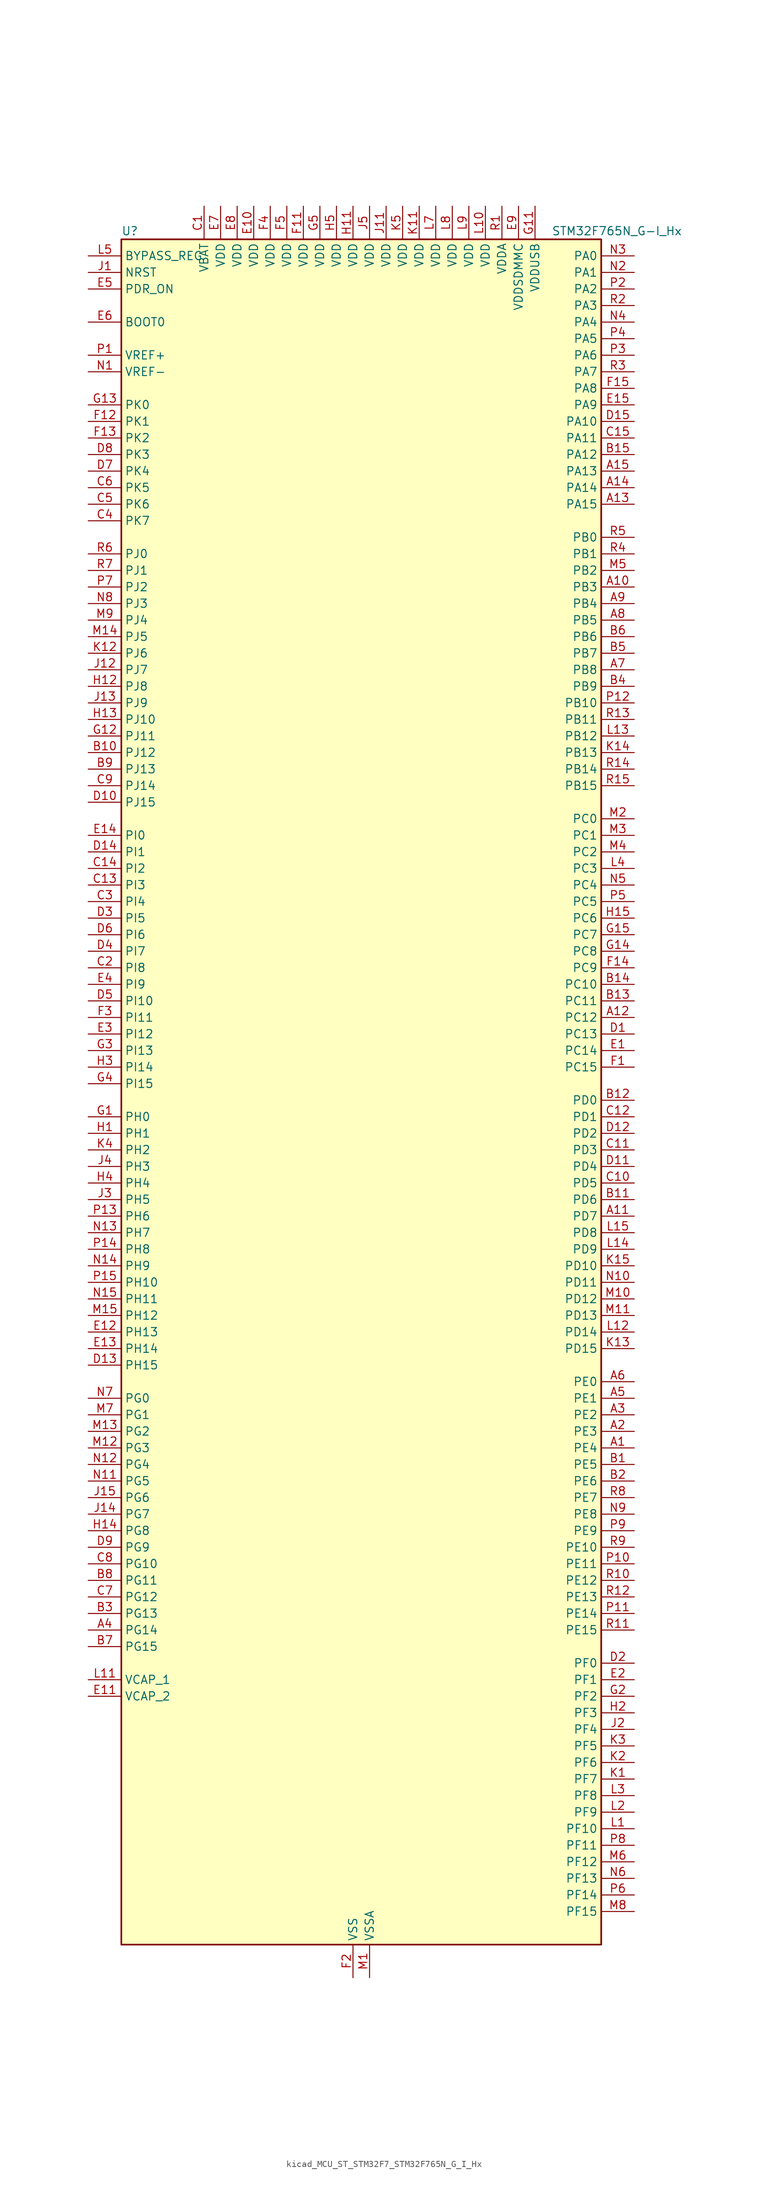
<source format=kicad_sym>
(kicad_symbol_lib
  (version 20220914)
  (generator kicad_symbol_editor)
  (symbol "kicad_MCU_ST_STM32F7_STM32F765N_G_I_Hx"
    (property "Reference" "U"
      (at -35.56 133.35 0)
      (effects (font (size 1.27 1.27)) (justify left)))
    (property "Value" "STM32F765N_G-I_Hx"
      (at 30.48 133.35 0)
      (effects (font (size 1.27 1.27)) (justify left)))
    (property "ki_locked" ""
      (at 0 0 0)
      (effects (font (size 1.27 1.27))))
    (symbol "kicad_MCU_ST_STM32F7_STM32F765N_G_I_Hx_0_1"
      (rectangle (start -35.56 -129.54) (end 38.1 132.08) (stroke (width 0.254) (type default)) (fill (type background))))
    (symbol "kicad_MCU_ST_STM32F7_STM32F765N_G_I_Hx_1_1"
      (pin bidirectional line (at 43.18 -53.34 180) (length 5.08) (name "PE4" (effects (font (size 1.27 1.27)))) (number "A1" (effects (font (size 1.27 1.27)))) (alternate "DCMI_D4" bidirectional line) (alternate "DFSDM1_DATIN3" bidirectional line) (alternate "FMC_A20" bidirectional line) (alternate "SAI1_FS_A" bidirectional line) (alternate "SPI4_NSS" bidirectional line) (alternate "SYS_TRACED1" bidirectional line))
      (pin bidirectional line (at 43.18 78.74 180) (length 5.08) (name "PB3" (effects (font (size 1.27 1.27)))) (number "A10" (effects (font (size 1.27 1.27)))) (alternate "CAN3_RX" bidirectional line) (alternate "I2S1_CK" bidirectional line) (alternate "I2S3_CK" bidirectional line) (alternate "SDMMC2_D2" bidirectional line) (alternate "SPI1_SCK" bidirectional line) (alternate "SPI3_SCK" bidirectional line) (alternate "SPI6_SCK" bidirectional line) (alternate "SYS_JTDO-SWO" bidirectional line) (alternate "TIM2_CH2" bidirectional line) (alternate "UART7_RX" bidirectional line))
      (pin bidirectional line (at 43.18 -17.78 180) (length 5.08) (name "PD7" (effects (font (size 1.27 1.27)))) (number "A11" (effects (font (size 1.27 1.27)))) (alternate "DFSDM1_CKIN1" bidirectional line) (alternate "DFSDM1_DATIN4" bidirectional line) (alternate "FMC_NE1" bidirectional line) (alternate "I2S1_SD" bidirectional line) (alternate "SDMMC2_CMD" bidirectional line) (alternate "SPDIFRX_IN0" bidirectional line) (alternate "SPI1_MOSI" bidirectional line) (alternate "USART2_CK" bidirectional line))
      (pin bidirectional line (at 43.18 12.7 180) (length 5.08) (name "PC12" (effects (font (size 1.27 1.27)))) (number "A12" (effects (font (size 1.27 1.27)))) (alternate "DCMI_D9" bidirectional line) (alternate "I2S3_SD" bidirectional line) (alternate "SDMMC1_CK" bidirectional line) (alternate "SPI3_MOSI" bidirectional line) (alternate "SYS_TRACED3" bidirectional line) (alternate "UART5_TX" bidirectional line) (alternate "USART3_CK" bidirectional line))
      (pin bidirectional line (at 43.18 91.44 180) (length 5.08) (name "PA15" (effects (font (size 1.27 1.27)))) (number "A13" (effects (font (size 1.27 1.27)))) (alternate "CAN3_TX" bidirectional line) (alternate "CEC" bidirectional line) (alternate "I2S1_WS" bidirectional line) (alternate "I2S3_WS" bidirectional line) (alternate "SPI1_NSS" bidirectional line) (alternate "SPI3_NSS" bidirectional line) (alternate "SPI6_NSS" bidirectional line) (alternate "SYS_JTDI" bidirectional line) (alternate "TIM2_CH1" bidirectional line) (alternate "TIM2_ETR" bidirectional line) (alternate "UART4_DE" bidirectional line) (alternate "UART4_RTS" bidirectional line) (alternate "UART7_TX" bidirectional line))
      (pin bidirectional line (at 43.18 93.98 180) (length 5.08) (name "PA14" (effects (font (size 1.27 1.27)))) (number "A14" (effects (font (size 1.27 1.27)))) (alternate "SYS_JTCK-SWCLK" bidirectional line))
      (pin bidirectional line (at 43.18 96.52 180) (length 5.08) (name "PA13" (effects (font (size 1.27 1.27)))) (number "A15" (effects (font (size 1.27 1.27)))) (alternate "SYS_JTMS-SWDIO" bidirectional line))
      (pin bidirectional line (at 43.18 -50.8 180) (length 5.08) (name "PE3" (effects (font (size 1.27 1.27)))) (number "A2" (effects (font (size 1.27 1.27)))) (alternate "FMC_A19" bidirectional line) (alternate "SAI1_SD_B" bidirectional line) (alternate "SYS_TRACED0" bidirectional line))
      (pin bidirectional line (at 43.18 -48.26 180) (length 5.08) (name "PE2" (effects (font (size 1.27 1.27)))) (number "A3" (effects (font (size 1.27 1.27)))) (alternate "ETH_TXD3" bidirectional line) (alternate "FMC_A23" bidirectional line) (alternate "QUADSPI_BK1_IO2" bidirectional line) (alternate "SAI1_MCLK_A" bidirectional line) (alternate "SPI4_SCK" bidirectional line) (alternate "SYS_TRACECLK" bidirectional line))
      (pin bidirectional line (at -40.64 -81.28 0) (length 5.08) (name "PG14" (effects (font (size 1.27 1.27)))) (number "A4" (effects (font (size 1.27 1.27)))) (alternate "ETH_TXD1" bidirectional line) (alternate "FMC_A25" bidirectional line) (alternate "LPTIM1_ETR" bidirectional line) (alternate "QUADSPI_BK2_IO3" bidirectional line) (alternate "SPI6_MOSI" bidirectional line) (alternate "SYS_TRACED1" bidirectional line) (alternate "USART6_TX" bidirectional line))
      (pin bidirectional line (at 43.18 -45.72 180) (length 5.08) (name "PE1" (effects (font (size 1.27 1.27)))) (number "A5" (effects (font (size 1.27 1.27)))) (alternate "DCMI_D3" bidirectional line) (alternate "FMC_NBL1" bidirectional line) (alternate "LPTIM1_IN2" bidirectional line) (alternate "UART8_TX" bidirectional line))
      (pin bidirectional line (at 43.18 -43.18 180) (length 5.08) (name "PE0" (effects (font (size 1.27 1.27)))) (number "A6" (effects (font (size 1.27 1.27)))) (alternate "DCMI_D2" bidirectional line) (alternate "FMC_NBL0" bidirectional line) (alternate "LPTIM1_ETR" bidirectional line) (alternate "SAI2_MCLK_A" bidirectional line) (alternate "TIM4_ETR" bidirectional line) (alternate "UART8_RX" bidirectional line))
      (pin bidirectional line (at 43.18 66.04 180) (length 5.08) (name "PB8" (effects (font (size 1.27 1.27)))) (number "A7" (effects (font (size 1.27 1.27)))) (alternate "CAN1_RX" bidirectional line) (alternate "DCMI_D6" bidirectional line) (alternate "DFSDM1_CKIN7" bidirectional line) (alternate "ETH_TXD3" bidirectional line) (alternate "I2C1_SCL" bidirectional line) (alternate "I2C4_SCL" bidirectional line) (alternate "SDMMC1_D4" bidirectional line) (alternate "SDMMC2_D4" bidirectional line) (alternate "TIM10_CH1" bidirectional line) (alternate "TIM4_CH3" bidirectional line) (alternate "UART5_RX" bidirectional line))
      (pin bidirectional line (at 43.18 73.66 180) (length 5.08) (name "PB5" (effects (font (size 1.27 1.27)))) (number "A8" (effects (font (size 1.27 1.27)))) (alternate "CAN2_RX" bidirectional line) (alternate "DCMI_D10" bidirectional line) (alternate "ETH_PPS_OUT" bidirectional line) (alternate "FMC_SDCKE1" bidirectional line) (alternate "I2C1_SMBA" bidirectional line) (alternate "I2S1_SD" bidirectional line) (alternate "I2S3_SD" bidirectional line) (alternate "SPI1_MOSI" bidirectional line) (alternate "SPI3_MOSI" bidirectional line) (alternate "SPI6_MOSI" bidirectional line) (alternate "TIM3_CH2" bidirectional line) (alternate "UART5_RX" bidirectional line) (alternate "USB_OTG_HS_ULPI_D7" bidirectional line))
      (pin bidirectional line (at 43.18 76.2 180) (length 5.08) (name "PB4" (effects (font (size 1.27 1.27)))) (number "A9" (effects (font (size 1.27 1.27)))) (alternate "CAN3_TX" bidirectional line) (alternate "I2S2_WS" bidirectional line) (alternate "SDMMC2_D3" bidirectional line) (alternate "SPI1_MISO" bidirectional line) (alternate "SPI2_NSS" bidirectional line) (alternate "SPI3_MISO" bidirectional line) (alternate "SPI6_MISO" bidirectional line) (alternate "SYS_JTRST" bidirectional line) (alternate "TIM3_CH1" bidirectional line) (alternate "UART7_TX" bidirectional line))
      (pin bidirectional line (at 43.18 -55.88 180) (length 5.08) (name "PE5" (effects (font (size 1.27 1.27)))) (number "B1" (effects (font (size 1.27 1.27)))) (alternate "DCMI_D6" bidirectional line) (alternate "DFSDM1_CKIN3" bidirectional line) (alternate "FMC_A21" bidirectional line) (alternate "SAI1_SCK_A" bidirectional line) (alternate "SPI4_MISO" bidirectional line) (alternate "SYS_TRACED2" bidirectional line) (alternate "TIM9_CH1" bidirectional line))
      (pin bidirectional line (at -40.64 53.34 0) (length 5.08) (name "PJ12" (effects (font (size 1.27 1.27)))) (number "B10" (effects (font (size 1.27 1.27)))))
      (pin bidirectional line (at 43.18 -15.24 180) (length 5.08) (name "PD6" (effects (font (size 1.27 1.27)))) (number "B11" (effects (font (size 1.27 1.27)))) (alternate "DCMI_D10" bidirectional line) (alternate "DFSDM1_CKIN4" bidirectional line) (alternate "DFSDM1_DATIN1" bidirectional line) (alternate "FMC_NWAIT" bidirectional line) (alternate "I2S3_SD" bidirectional line) (alternate "SAI1_SD_A" bidirectional line) (alternate "SDMMC2_CK" bidirectional line) (alternate "SPI3_MOSI" bidirectional line) (alternate "USART2_RX" bidirectional line))
      (pin bidirectional line (at 43.18 0 180) (length 5.08) (name "PD0" (effects (font (size 1.27 1.27)))) (number "B12" (effects (font (size 1.27 1.27)))) (alternate "CAN1_RX" bidirectional line) (alternate "DFSDM1_CKIN6" bidirectional line) (alternate "DFSDM1_DATIN7" bidirectional line) (alternate "FMC_D2" bidirectional line) (alternate "FMC_DA2" bidirectional line) (alternate "UART4_RX" bidirectional line))
      (pin bidirectional line (at 43.18 15.24 180) (length 5.08) (name "PC11" (effects (font (size 1.27 1.27)))) (number "B13" (effects (font (size 1.27 1.27)))) (alternate "ADC1_EXTI11" bidirectional line) (alternate "ADC2_EXTI11" bidirectional line) (alternate "ADC3_EXTI11" bidirectional line) (alternate "DCMI_D4" bidirectional line) (alternate "DFSDM1_DATIN5" bidirectional line) (alternate "QUADSPI_BK2_NCS" bidirectional line) (alternate "SDMMC1_D3" bidirectional line) (alternate "SPI3_MISO" bidirectional line) (alternate "UART4_RX" bidirectional line) (alternate "USART3_RX" bidirectional line))
      (pin bidirectional line (at 43.18 17.78 180) (length 5.08) (name "PC10" (effects (font (size 1.27 1.27)))) (number "B14" (effects (font (size 1.27 1.27)))) (alternate "DCMI_D8" bidirectional line) (alternate "DFSDM1_CKIN5" bidirectional line) (alternate "I2S3_CK" bidirectional line) (alternate "QUADSPI_BK1_IO1" bidirectional line) (alternate "SDMMC1_D2" bidirectional line) (alternate "SPI3_SCK" bidirectional line) (alternate "UART4_TX" bidirectional line) (alternate "USART3_TX" bidirectional line))
      (pin bidirectional line (at 43.18 99.06 180) (length 5.08) (name "PA12" (effects (font (size 1.27 1.27)))) (number "B15" (effects (font (size 1.27 1.27)))) (alternate "CAN1_TX" bidirectional line) (alternate "I2S2_CK" bidirectional line) (alternate "SAI2_FS_B" bidirectional line) (alternate "SPI2_SCK" bidirectional line) (alternate "TIM1_ETR" bidirectional line) (alternate "UART4_TX" bidirectional line) (alternate "USART1_DE" bidirectional line) (alternate "USART1_RTS" bidirectional line) (alternate "USB_OTG_FS_DP" bidirectional line))
      (pin bidirectional line (at 43.18 -58.42 180) (length 5.08) (name "PE6" (effects (font (size 1.27 1.27)))) (number "B2" (effects (font (size 1.27 1.27)))) (alternate "DCMI_D7" bidirectional line) (alternate "FMC_A22" bidirectional line) (alternate "SAI1_SD_A" bidirectional line) (alternate "SAI2_MCLK_B" bidirectional line) (alternate "SPI4_MOSI" bidirectional line) (alternate "SYS_TRACED3" bidirectional line) (alternate "TIM1_BKIN2" bidirectional line) (alternate "TIM9_CH2" bidirectional line))
      (pin bidirectional line (at -40.64 -78.74 0) (length 5.08) (name "PG13" (effects (font (size 1.27 1.27)))) (number "B3" (effects (font (size 1.27 1.27)))) (alternate "ETH_TXD0" bidirectional line) (alternate "FMC_A24" bidirectional line) (alternate "LPTIM1_OUT" bidirectional line) (alternate "SPI6_SCK" bidirectional line) (alternate "SYS_TRACED0" bidirectional line) (alternate "USART6_CTS" bidirectional line))
      (pin bidirectional line (at 43.18 63.5 180) (length 5.08) (name "PB9" (effects (font (size 1.27 1.27)))) (number "B4" (effects (font (size 1.27 1.27)))) (alternate "CAN1_TX" bidirectional line) (alternate "DAC_EXTI9" bidirectional line) (alternate "DCMI_D7" bidirectional line) (alternate "DFSDM1_DATIN7" bidirectional line) (alternate "I2C1_SDA" bidirectional line) (alternate "I2C4_SDA" bidirectional line) (alternate "I2C4_SMBA" bidirectional line) (alternate "I2S2_WS" bidirectional line) (alternate "SDMMC1_D5" bidirectional line) (alternate "SDMMC2_D5" bidirectional line) (alternate "SPI2_NSS" bidirectional line) (alternate "TIM11_CH1" bidirectional line) (alternate "TIM4_CH4" bidirectional line) (alternate "UART5_TX" bidirectional line))
      (pin bidirectional line (at 43.18 68.58 180) (length 5.08) (name "PB7" (effects (font (size 1.27 1.27)))) (number "B5" (effects (font (size 1.27 1.27)))) (alternate "DCMI_VSYNC" bidirectional line) (alternate "DFSDM1_CKIN5" bidirectional line) (alternate "FMC_NL" bidirectional line) (alternate "I2C1_SDA" bidirectional line) (alternate "I2C4_SDA" bidirectional line) (alternate "TIM4_CH2" bidirectional line) (alternate "USART1_RX" bidirectional line))
      (pin bidirectional line (at 43.18 71.12 180) (length 5.08) (name "PB6" (effects (font (size 1.27 1.27)))) (number "B6" (effects (font (size 1.27 1.27)))) (alternate "CAN2_TX" bidirectional line) (alternate "CEC" bidirectional line) (alternate "DCMI_D5" bidirectional line) (alternate "DFSDM1_DATIN5" bidirectional line) (alternate "FMC_SDNE1" bidirectional line) (alternate "I2C1_SCL" bidirectional line) (alternate "I2C4_SCL" bidirectional line) (alternate "QUADSPI_BK1_NCS" bidirectional line) (alternate "TIM4_CH1" bidirectional line) (alternate "UART5_TX" bidirectional line) (alternate "USART1_TX" bidirectional line))
      (pin bidirectional line (at -40.64 -83.82 0) (length 5.08) (name "PG15" (effects (font (size 1.27 1.27)))) (number "B7" (effects (font (size 1.27 1.27)))) (alternate "DCMI_D13" bidirectional line) (alternate "FMC_SDNCAS" bidirectional line) (alternate "USART6_CTS" bidirectional line))
      (pin bidirectional line (at -40.64 -73.66 0) (length 5.08) (name "PG11" (effects (font (size 1.27 1.27)))) (number "B8" (effects (font (size 1.27 1.27)))) (alternate "ADC1_EXTI11" bidirectional line) (alternate "ADC2_EXTI11" bidirectional line) (alternate "ADC3_EXTI11" bidirectional line) (alternate "DCMI_D3" bidirectional line) (alternate "ETH_TX_EN" bidirectional line) (alternate "I2S1_CK" bidirectional line) (alternate "SDMMC2_D2" bidirectional line) (alternate "SPDIFRX_IN0" bidirectional line) (alternate "SPI1_SCK" bidirectional line))
      (pin bidirectional line (at -40.64 50.8 0) (length 5.08) (name "PJ13" (effects (font (size 1.27 1.27)))) (number "B9" (effects (font (size 1.27 1.27)))))
      (pin power_in line (at -22.86 137.16 270) (length 5.08) (name "VBAT" (effects (font (size 1.27 1.27)))) (number "C1" (effects (font (size 1.27 1.27)))))
      (pin bidirectional line (at 43.18 -12.7 180) (length 5.08) (name "PD5" (effects (font (size 1.27 1.27)))) (number "C10" (effects (font (size 1.27 1.27)))) (alternate "FMC_NWE" bidirectional line) (alternate "USART2_TX" bidirectional line))
      (pin bidirectional line (at 43.18 -7.62 180) (length 5.08) (name "PD3" (effects (font (size 1.27 1.27)))) (number "C11" (effects (font (size 1.27 1.27)))) (alternate "DCMI_D5" bidirectional line) (alternate "DFSDM1_CKOUT" bidirectional line) (alternate "DFSDM1_DATIN0" bidirectional line) (alternate "FMC_CLK" bidirectional line) (alternate "I2S2_CK" bidirectional line) (alternate "SPI2_SCK" bidirectional line) (alternate "USART2_CTS" bidirectional line))
      (pin bidirectional line (at 43.18 -2.54 180) (length 5.08) (name "PD1" (effects (font (size 1.27 1.27)))) (number "C12" (effects (font (size 1.27 1.27)))) (alternate "CAN1_TX" bidirectional line) (alternate "DFSDM1_CKIN7" bidirectional line) (alternate "DFSDM1_DATIN6" bidirectional line) (alternate "FMC_D3" bidirectional line) (alternate "FMC_DA3" bidirectional line) (alternate "UART4_TX" bidirectional line))
      (pin bidirectional line (at -40.64 33.02 0) (length 5.08) (name "PI3" (effects (font (size 1.27 1.27)))) (number "C13" (effects (font (size 1.27 1.27)))) (alternate "DCMI_D10" bidirectional line) (alternate "FMC_D27" bidirectional line) (alternate "I2S2_SD" bidirectional line) (alternate "SPI2_MOSI" bidirectional line) (alternate "TIM8_ETR" bidirectional line))
      (pin bidirectional line (at -40.64 35.56 0) (length 5.08) (name "PI2" (effects (font (size 1.27 1.27)))) (number "C14" (effects (font (size 1.27 1.27)))) (alternate "DCMI_D9" bidirectional line) (alternate "FMC_D26" bidirectional line) (alternate "SPI2_MISO" bidirectional line) (alternate "TIM8_CH4" bidirectional line))
      (pin bidirectional line (at 43.18 101.6 180) (length 5.08) (name "PA11" (effects (font (size 1.27 1.27)))) (number "C15" (effects (font (size 1.27 1.27)))) (alternate "ADC1_EXTI11" bidirectional line) (alternate "ADC2_EXTI11" bidirectional line) (alternate "ADC3_EXTI11" bidirectional line) (alternate "CAN1_RX" bidirectional line) (alternate "I2S2_WS" bidirectional line) (alternate "SPI2_NSS" bidirectional line) (alternate "TIM1_CH4" bidirectional line) (alternate "UART4_RX" bidirectional line) (alternate "USART1_CTS" bidirectional line) (alternate "USB_OTG_FS_DM" bidirectional line))
      (pin bidirectional line (at -40.64 20.32 0) (length 5.08) (name "PI8" (effects (font (size 1.27 1.27)))) (number "C2" (effects (font (size 1.27 1.27)))) (alternate "RTC_TAMP2" bidirectional line) (alternate "RTC_TS" bidirectional line) (alternate "SYS_WKUP5" bidirectional line))
      (pin bidirectional line (at -40.64 30.48 0) (length 5.08) (name "PI4" (effects (font (size 1.27 1.27)))) (number "C3" (effects (font (size 1.27 1.27)))) (alternate "DCMI_D5" bidirectional line) (alternate "FMC_NBL2" bidirectional line) (alternate "SAI2_MCLK_A" bidirectional line) (alternate "TIM8_BKIN" bidirectional line))
      (pin bidirectional line (at -40.64 88.9 0) (length 5.08) (name "PK7" (effects (font (size 1.27 1.27)))) (number "C4" (effects (font (size 1.27 1.27)))))
      (pin bidirectional line (at -40.64 91.44 0) (length 5.08) (name "PK6" (effects (font (size 1.27 1.27)))) (number "C5" (effects (font (size 1.27 1.27)))))
      (pin bidirectional line (at -40.64 93.98 0) (length 5.08) (name "PK5" (effects (font (size 1.27 1.27)))) (number "C6" (effects (font (size 1.27 1.27)))))
      (pin bidirectional line (at -40.64 -76.2 0) (length 5.08) (name "PG12" (effects (font (size 1.27 1.27)))) (number "C7" (effects (font (size 1.27 1.27)))) (alternate "FMC_NE4" bidirectional line) (alternate "LPTIM1_IN1" bidirectional line) (alternate "SDMMC2_D3" bidirectional line) (alternate "SPDIFRX_IN1" bidirectional line) (alternate "SPI6_MISO" bidirectional line) (alternate "USART6_DE" bidirectional line) (alternate "USART6_RTS" bidirectional line))
      (pin bidirectional line (at -40.64 -71.12 0) (length 5.08) (name "PG10" (effects (font (size 1.27 1.27)))) (number "C8" (effects (font (size 1.27 1.27)))) (alternate "DCMI_D2" bidirectional line) (alternate "FMC_NE3" bidirectional line) (alternate "I2S1_WS" bidirectional line) (alternate "SAI2_SD_B" bidirectional line) (alternate "SDMMC2_D1" bidirectional line) (alternate "SPI1_NSS" bidirectional line))
      (pin bidirectional line (at -40.64 48.26 0) (length 5.08) (name "PJ14" (effects (font (size 1.27 1.27)))) (number "C9" (effects (font (size 1.27 1.27)))))
      (pin bidirectional line (at 43.18 10.16 180) (length 5.08) (name "PC13" (effects (font (size 1.27 1.27)))) (number "D1" (effects (font (size 1.27 1.27)))) (alternate "RTC_OUT" bidirectional line) (alternate "RTC_TAMP1" bidirectional line) (alternate "RTC_TS" bidirectional line) (alternate "SYS_WKUP4" bidirectional line))
      (pin bidirectional line (at -40.64 45.72 0) (length 5.08) (name "PJ15" (effects (font (size 1.27 1.27)))) (number "D10" (effects (font (size 1.27 1.27)))))
      (pin bidirectional line (at 43.18 -10.16 180) (length 5.08) (name "PD4" (effects (font (size 1.27 1.27)))) (number "D11" (effects (font (size 1.27 1.27)))) (alternate "DFSDM1_CKIN0" bidirectional line) (alternate "FMC_NOE" bidirectional line) (alternate "USART2_DE" bidirectional line) (alternate "USART2_RTS" bidirectional line))
      (pin bidirectional line (at 43.18 -5.08 180) (length 5.08) (name "PD2" (effects (font (size 1.27 1.27)))) (number "D12" (effects (font (size 1.27 1.27)))) (alternate "DCMI_D11" bidirectional line) (alternate "SDMMC1_CMD" bidirectional line) (alternate "SYS_TRACED2" bidirectional line) (alternate "TIM3_ETR" bidirectional line) (alternate "UART5_RX" bidirectional line))
      (pin bidirectional line (at -40.64 -40.64 0) (length 5.08) (name "PH15" (effects (font (size 1.27 1.27)))) (number "D13" (effects (font (size 1.27 1.27)))) (alternate "DCMI_D11" bidirectional line) (alternate "FMC_D23" bidirectional line) (alternate "TIM8_CH3N" bidirectional line))
      (pin bidirectional line (at -40.64 38.1 0) (length 5.08) (name "PI1" (effects (font (size 1.27 1.27)))) (number "D14" (effects (font (size 1.27 1.27)))) (alternate "DCMI_D8" bidirectional line) (alternate "FMC_D25" bidirectional line) (alternate "I2S2_CK" bidirectional line) (alternate "SPI2_SCK" bidirectional line) (alternate "TIM8_BKIN2" bidirectional line))
      (pin bidirectional line (at 43.18 104.14 180) (length 5.08) (name "PA10" (effects (font (size 1.27 1.27)))) (number "D15" (effects (font (size 1.27 1.27)))) (alternate "DCMI_D1" bidirectional line) (alternate "MDIOS_MDIO" bidirectional line) (alternate "TIM1_CH3" bidirectional line) (alternate "USART1_RX" bidirectional line) (alternate "USB_OTG_FS_ID" bidirectional line))
      (pin bidirectional line (at 43.18 -86.36 180) (length 5.08) (name "PF0" (effects (font (size 1.27 1.27)))) (number "D2" (effects (font (size 1.27 1.27)))) (alternate "FMC_A0" bidirectional line) (alternate "I2C2_SDA" bidirectional line))
      (pin bidirectional line (at -40.64 27.94 0) (length 5.08) (name "PI5" (effects (font (size 1.27 1.27)))) (number "D3" (effects (font (size 1.27 1.27)))) (alternate "DCMI_VSYNC" bidirectional line) (alternate "FMC_NBL3" bidirectional line) (alternate "SAI2_SCK_A" bidirectional line) (alternate "TIM8_CH1" bidirectional line))
      (pin bidirectional line (at -40.64 22.86 0) (length 5.08) (name "PI7" (effects (font (size 1.27 1.27)))) (number "D4" (effects (font (size 1.27 1.27)))) (alternate "DCMI_D7" bidirectional line) (alternate "FMC_D29" bidirectional line) (alternate "SAI2_FS_A" bidirectional line) (alternate "TIM8_CH3" bidirectional line))
      (pin bidirectional line (at -40.64 15.24 0) (length 5.08) (name "PI10" (effects (font (size 1.27 1.27)))) (number "D5" (effects (font (size 1.27 1.27)))) (alternate "ETH_RX_ER" bidirectional line) (alternate "FMC_D31" bidirectional line))
      (pin bidirectional line (at -40.64 25.4 0) (length 5.08) (name "PI6" (effects (font (size 1.27 1.27)))) (number "D6" (effects (font (size 1.27 1.27)))) (alternate "DCMI_D6" bidirectional line) (alternate "FMC_D28" bidirectional line) (alternate "SAI2_SD_A" bidirectional line) (alternate "TIM8_CH2" bidirectional line))
      (pin bidirectional line (at -40.64 96.52 0) (length 5.08) (name "PK4" (effects (font (size 1.27 1.27)))) (number "D7" (effects (font (size 1.27 1.27)))))
      (pin bidirectional line (at -40.64 99.06 0) (length 5.08) (name "PK3" (effects (font (size 1.27 1.27)))) (number "D8" (effects (font (size 1.27 1.27)))))
      (pin bidirectional line (at -40.64 -68.58 0) (length 5.08) (name "PG9" (effects (font (size 1.27 1.27)))) (number "D9" (effects (font (size 1.27 1.27)))) (alternate "DAC_EXTI9" bidirectional line) (alternate "DCMI_VSYNC" bidirectional line) (alternate "FMC_NCE" bidirectional line) (alternate "FMC_NE2" bidirectional line) (alternate "QUADSPI_BK2_IO2" bidirectional line) (alternate "SAI2_FS_B" bidirectional line) (alternate "SDMMC2_D0" bidirectional line) (alternate "SPDIFRX_IN3" bidirectional line) (alternate "SPI1_MISO" bidirectional line) (alternate "USART6_RX" bidirectional line))
      (pin bidirectional line (at 43.18 7.62 180) (length 5.08) (name "PC14" (effects (font (size 1.27 1.27)))) (number "E1" (effects (font (size 1.27 1.27)))) (alternate "RCC_OSC32_IN" bidirectional line))
      (pin power_in line (at -15.24 137.16 270) (length 5.08) (name "VDD" (effects (font (size 1.27 1.27)))) (number "E10" (effects (font (size 1.27 1.27)))))
      (pin power_out line (at -40.64 -91.44 0) (length 5.08) (name "VCAP_2" (effects (font (size 1.27 1.27)))) (number "E11" (effects (font (size 1.27 1.27)))))
      (pin bidirectional line (at -40.64 -35.56 0) (length 5.08) (name "PH13" (effects (font (size 1.27 1.27)))) (number "E12" (effects (font (size 1.27 1.27)))) (alternate "CAN1_TX" bidirectional line) (alternate "FMC_D21" bidirectional line) (alternate "TIM8_CH1N" bidirectional line) (alternate "UART4_TX" bidirectional line))
      (pin bidirectional line (at -40.64 -38.1 0) (length 5.08) (name "PH14" (effects (font (size 1.27 1.27)))) (number "E13" (effects (font (size 1.27 1.27)))) (alternate "CAN1_RX" bidirectional line) (alternate "DCMI_D4" bidirectional line) (alternate "FMC_D22" bidirectional line) (alternate "TIM8_CH2N" bidirectional line) (alternate "UART4_RX" bidirectional line))
      (pin bidirectional line (at -40.64 40.64 0) (length 5.08) (name "PI0" (effects (font (size 1.27 1.27)))) (number "E14" (effects (font (size 1.27 1.27)))) (alternate "DCMI_D13" bidirectional line) (alternate "FMC_D24" bidirectional line) (alternate "I2S2_WS" bidirectional line) (alternate "SPI2_NSS" bidirectional line) (alternate "TIM5_CH4" bidirectional line))
      (pin bidirectional line (at 43.18 106.68 180) (length 5.08) (name "PA9" (effects (font (size 1.27 1.27)))) (number "E15" (effects (font (size 1.27 1.27)))) (alternate "DAC_EXTI9" bidirectional line) (alternate "DCMI_D0" bidirectional line) (alternate "I2C3_SMBA" bidirectional line) (alternate "I2S2_CK" bidirectional line) (alternate "SPI2_SCK" bidirectional line) (alternate "TIM1_CH2" bidirectional line) (alternate "USART1_TX" bidirectional line) (alternate "USB_OTG_FS_VBUS" bidirectional line))
      (pin bidirectional line (at 43.18 -88.9 180) (length 5.08) (name "PF1" (effects (font (size 1.27 1.27)))) (number "E2" (effects (font (size 1.27 1.27)))) (alternate "FMC_A1" bidirectional line) (alternate "I2C2_SCL" bidirectional line))
      (pin bidirectional line (at -40.64 10.16 0) (length 5.08) (name "PI12" (effects (font (size 1.27 1.27)))) (number "E3" (effects (font (size 1.27 1.27)))))
      (pin bidirectional line (at -40.64 17.78 0) (length 5.08) (name "PI9" (effects (font (size 1.27 1.27)))) (number "E4" (effects (font (size 1.27 1.27)))) (alternate "CAN1_RX" bidirectional line) (alternate "DAC_EXTI9" bidirectional line) (alternate "FMC_D30" bidirectional line) (alternate "UART4_RX" bidirectional line))
      (pin input line (at -40.64 124.46 0) (length 5.08) (name "PDR_ON" (effects (font (size 1.27 1.27)))) (number "E5" (effects (font (size 1.27 1.27)))))
      (pin input line (at -40.64 119.38 0) (length 5.08) (name "BOOT0" (effects (font (size 1.27 1.27)))) (number "E6" (effects (font (size 1.27 1.27)))))
      (pin power_in line (at -20.32 137.16 270) (length 5.08) (name "VDD" (effects (font (size 1.27 1.27)))) (number "E7" (effects (font (size 1.27 1.27)))))
      (pin power_in line (at -17.78 137.16 270) (length 5.08) (name "VDD" (effects (font (size 1.27 1.27)))) (number "E8" (effects (font (size 1.27 1.27)))))
      (pin power_in line (at 25.4 137.16 270) (length 5.08) (name "VDDSDMMC" (effects (font (size 1.27 1.27)))) (number "E9" (effects (font (size 1.27 1.27)))))
      (pin bidirectional line (at 43.18 5.08 180) (length 5.08) (name "PC15" (effects (font (size 1.27 1.27)))) (number "F1" (effects (font (size 1.27 1.27)))) (alternate "RCC_OSC32_OUT" bidirectional line))
      (pin passive line (at 0 -134.62 90) (length 5.08) hide (name "VSS" (effects (font (size 1.27 1.27)))) (number "F10" (effects (font (size 1.27 1.27)))))
      (pin power_in line (at -7.62 137.16 270) (length 5.08) (name "VDD" (effects (font (size 1.27 1.27)))) (number "F11" (effects (font (size 1.27 1.27)))))
      (pin bidirectional line (at -40.64 104.14 0) (length 5.08) (name "PK1" (effects (font (size 1.27 1.27)))) (number "F12" (effects (font (size 1.27 1.27)))))
      (pin bidirectional line (at -40.64 101.6 0) (length 5.08) (name "PK2" (effects (font (size 1.27 1.27)))) (number "F13" (effects (font (size 1.27 1.27)))))
      (pin bidirectional line (at 43.18 20.32 180) (length 5.08) (name "PC9" (effects (font (size 1.27 1.27)))) (number "F14" (effects (font (size 1.27 1.27)))) (alternate "DAC_EXTI9" bidirectional line) (alternate "DCMI_D3" bidirectional line) (alternate "I2C3_SDA" bidirectional line) (alternate "I2S_CKIN" bidirectional line) (alternate "QUADSPI_BK1_IO0" bidirectional line) (alternate "RCC_MCO_2" bidirectional line) (alternate "SDMMC1_D1" bidirectional line) (alternate "TIM3_CH4" bidirectional line) (alternate "TIM8_CH4" bidirectional line) (alternate "UART5_CTS" bidirectional line))
      (pin bidirectional line (at 43.18 109.22 180) (length 5.08) (name "PA8" (effects (font (size 1.27 1.27)))) (number "F15" (effects (font (size 1.27 1.27)))) (alternate "CAN3_RX" bidirectional line) (alternate "I2C3_SCL" bidirectional line) (alternate "RCC_MCO_1" bidirectional line) (alternate "TIM1_CH1" bidirectional line) (alternate "TIM8_BKIN2" bidirectional line) (alternate "UART7_RX" bidirectional line) (alternate "USART1_CK" bidirectional line) (alternate "USB_OTG_FS_SOF" bidirectional line))
      (pin power_in line (at 0 -134.62 90) (length 5.08) (name "VSS" (effects (font (size 1.27 1.27)))) (number "F2" (effects (font (size 1.27 1.27)))))
      (pin bidirectional line (at -40.64 12.7 0) (length 5.08) (name "PI11" (effects (font (size 1.27 1.27)))) (number "F3" (effects (font (size 1.27 1.27)))) (alternate "ADC1_EXTI11" bidirectional line) (alternate "ADC2_EXTI11" bidirectional line) (alternate "ADC3_EXTI11" bidirectional line) (alternate "SYS_WKUP6" bidirectional line) (alternate "USB_OTG_HS_ULPI_DIR" bidirectional line))
      (pin power_in line (at -12.7 137.16 270) (length 5.08) (name "VDD" (effects (font (size 1.27 1.27)))) (number "F4" (effects (font (size 1.27 1.27)))))
      (pin power_in line (at -10.16 137.16 270) (length 5.08) (name "VDD" (effects (font (size 1.27 1.27)))) (number "F5" (effects (font (size 1.27 1.27)))))
      (pin passive line (at 0 -134.62 90) (length 5.08) hide (name "VSS" (effects (font (size 1.27 1.27)))) (number "F6" (effects (font (size 1.27 1.27)))))
      (pin passive line (at 0 -134.62 90) (length 5.08) hide (name "VSS" (effects (font (size 1.27 1.27)))) (number "F7" (effects (font (size 1.27 1.27)))))
      (pin passive line (at 0 -134.62 90) (length 5.08) hide (name "VSS" (effects (font (size 1.27 1.27)))) (number "F8" (effects (font (size 1.27 1.27)))))
      (pin passive line (at 0 -134.62 90) (length 5.08) hide (name "VSS" (effects (font (size 1.27 1.27)))) (number "F9" (effects (font (size 1.27 1.27)))))
      (pin bidirectional line (at -40.64 -2.54 0) (length 5.08) (name "PH0" (effects (font (size 1.27 1.27)))) (number "G1" (effects (font (size 1.27 1.27)))) (alternate "RCC_OSC_IN" bidirectional line))
      (pin passive line (at 0 -134.62 90) (length 5.08) hide (name "VSS" (effects (font (size 1.27 1.27)))) (number "G10" (effects (font (size 1.27 1.27)))))
      (pin power_in line (at 27.94 137.16 270) (length 5.08) (name "VDDUSB" (effects (font (size 1.27 1.27)))) (number "G11" (effects (font (size 1.27 1.27)))))
      (pin bidirectional line (at -40.64 55.88 0) (length 5.08) (name "PJ11" (effects (font (size 1.27 1.27)))) (number "G12" (effects (font (size 1.27 1.27)))) (alternate "ADC1_EXTI11" bidirectional line) (alternate "ADC2_EXTI11" bidirectional line) (alternate "ADC3_EXTI11" bidirectional line))
      (pin bidirectional line (at -40.64 106.68 0) (length 5.08) (name "PK0" (effects (font (size 1.27 1.27)))) (number "G13" (effects (font (size 1.27 1.27)))))
      (pin bidirectional line (at 43.18 22.86 180) (length 5.08) (name "PC8" (effects (font (size 1.27 1.27)))) (number "G14" (effects (font (size 1.27 1.27)))) (alternate "DCMI_D2" bidirectional line) (alternate "FMC_NCE" bidirectional line) (alternate "FMC_NE2" bidirectional line) (alternate "SDMMC1_D0" bidirectional line) (alternate "SYS_TRACED1" bidirectional line) (alternate "TIM3_CH3" bidirectional line) (alternate "TIM8_CH3" bidirectional line) (alternate "UART5_DE" bidirectional line) (alternate "UART5_RTS" bidirectional line) (alternate "USART6_CK" bidirectional line))
      (pin bidirectional line (at 43.18 25.4 180) (length 5.08) (name "PC7" (effects (font (size 1.27 1.27)))) (number "G15" (effects (font (size 1.27 1.27)))) (alternate "DCMI_D1" bidirectional line) (alternate "DFSDM1_DATIN3" bidirectional line) (alternate "FMC_NE1" bidirectional line) (alternate "I2S3_MCK" bidirectional line) (alternate "SDMMC1_D7" bidirectional line) (alternate "SDMMC2_D7" bidirectional line) (alternate "TIM3_CH2" bidirectional line) (alternate "TIM8_CH2" bidirectional line) (alternate "USART6_RX" bidirectional line))
      (pin bidirectional line (at 43.18 -91.44 180) (length 5.08) (name "PF2" (effects (font (size 1.27 1.27)))) (number "G2" (effects (font (size 1.27 1.27)))) (alternate "FMC_A2" bidirectional line) (alternate "I2C2_SMBA" bidirectional line))
      (pin bidirectional line (at -40.64 7.62 0) (length 5.08) (name "PI13" (effects (font (size 1.27 1.27)))) (number "G3" (effects (font (size 1.27 1.27)))))
      (pin bidirectional line (at -40.64 2.54 0) (length 5.08) (name "PI15" (effects (font (size 1.27 1.27)))) (number "G4" (effects (font (size 1.27 1.27)))))
      (pin power_in line (at -5.08 137.16 270) (length 5.08) (name "VDD" (effects (font (size 1.27 1.27)))) (number "G5" (effects (font (size 1.27 1.27)))))
      (pin passive line (at 0 -134.62 90) (length 5.08) hide (name "VSS" (effects (font (size 1.27 1.27)))) (number "G6" (effects (font (size 1.27 1.27)))))
      (pin bidirectional line (at -40.64 -5.08 0) (length 5.08) (name "PH1" (effects (font (size 1.27 1.27)))) (number "H1" (effects (font (size 1.27 1.27)))) (alternate "RCC_OSC_OUT" bidirectional line))
      (pin passive line (at 0 -134.62 90) (length 5.08) hide (name "VSS" (effects (font (size 1.27 1.27)))) (number "H10" (effects (font (size 1.27 1.27)))))
      (pin power_in line (at 0 137.16 270) (length 5.08) (name "VDD" (effects (font (size 1.27 1.27)))) (number "H11" (effects (font (size 1.27 1.27)))))
      (pin bidirectional line (at -40.64 63.5 0) (length 5.08) (name "PJ8" (effects (font (size 1.27 1.27)))) (number "H12" (effects (font (size 1.27 1.27)))))
      (pin bidirectional line (at -40.64 58.42 0) (length 5.08) (name "PJ10" (effects (font (size 1.27 1.27)))) (number "H13" (effects (font (size 1.27 1.27)))))
      (pin bidirectional line (at -40.64 -66.04 0) (length 5.08) (name "PG8" (effects (font (size 1.27 1.27)))) (number "H14" (effects (font (size 1.27 1.27)))) (alternate "ETH_PPS_OUT" bidirectional line) (alternate "FMC_SDCLK" bidirectional line) (alternate "SPDIFRX_IN2" bidirectional line) (alternate "SPI6_NSS" bidirectional line) (alternate "USART6_DE" bidirectional line) (alternate "USART6_RTS" bidirectional line))
      (pin bidirectional line (at 43.18 27.94 180) (length 5.08) (name "PC6" (effects (font (size 1.27 1.27)))) (number "H15" (effects (font (size 1.27 1.27)))) (alternate "DCMI_D0" bidirectional line) (alternate "DFSDM1_CKIN3" bidirectional line) (alternate "FMC_NWAIT" bidirectional line) (alternate "I2S2_MCK" bidirectional line) (alternate "SDMMC1_D6" bidirectional line) (alternate "SDMMC2_D6" bidirectional line) (alternate "TIM3_CH1" bidirectional line) (alternate "TIM8_CH1" bidirectional line) (alternate "USART6_TX" bidirectional line))
      (pin bidirectional line (at 43.18 -93.98 180) (length 5.08) (name "PF3" (effects (font (size 1.27 1.27)))) (number "H2" (effects (font (size 1.27 1.27)))) (alternate "ADC3_IN9" bidirectional line) (alternate "FMC_A3" bidirectional line))
      (pin bidirectional line (at -40.64 5.08 0) (length 5.08) (name "PI14" (effects (font (size 1.27 1.27)))) (number "H3" (effects (font (size 1.27 1.27)))))
      (pin bidirectional line (at -40.64 -12.7 0) (length 5.08) (name "PH4" (effects (font (size 1.27 1.27)))) (number "H4" (effects (font (size 1.27 1.27)))) (alternate "I2C2_SCL" bidirectional line) (alternate "USB_OTG_HS_ULPI_NXT" bidirectional line))
      (pin power_in line (at -2.54 137.16 270) (length 5.08) (name "VDD" (effects (font (size 1.27 1.27)))) (number "H5" (effects (font (size 1.27 1.27)))))
      (pin passive line (at 0 -134.62 90) (length 5.08) hide (name "VSS" (effects (font (size 1.27 1.27)))) (number "H6" (effects (font (size 1.27 1.27)))))
      (pin input line (at -40.64 127 0) (length 5.08) (name "NRST" (effects (font (size 1.27 1.27)))) (number "J1" (effects (font (size 1.27 1.27)))))
      (pin passive line (at 0 -134.62 90) (length 5.08) hide (name "VSS" (effects (font (size 1.27 1.27)))) (number "J10" (effects (font (size 1.27 1.27)))))
      (pin power_in line (at 5.08 137.16 270) (length 5.08) (name "VDD" (effects (font (size 1.27 1.27)))) (number "J11" (effects (font (size 1.27 1.27)))))
      (pin bidirectional line (at -40.64 66.04 0) (length 5.08) (name "PJ7" (effects (font (size 1.27 1.27)))) (number "J12" (effects (font (size 1.27 1.27)))))
      (pin bidirectional line (at -40.64 60.96 0) (length 5.08) (name "PJ9" (effects (font (size 1.27 1.27)))) (number "J13" (effects (font (size 1.27 1.27)))) (alternate "DAC_EXTI9" bidirectional line))
      (pin bidirectional line (at -40.64 -63.5 0) (length 5.08) (name "PG7" (effects (font (size 1.27 1.27)))) (number "J14" (effects (font (size 1.27 1.27)))) (alternate "DCMI_D13" bidirectional line) (alternate "FMC_INT" bidirectional line) (alternate "SAI1_MCLK_A" bidirectional line) (alternate "USART6_CK" bidirectional line))
      (pin bidirectional line (at -40.64 -60.96 0) (length 5.08) (name "PG6" (effects (font (size 1.27 1.27)))) (number "J15" (effects (font (size 1.27 1.27)))) (alternate "DCMI_D12" bidirectional line) (alternate "FMC_NE3" bidirectional line))
      (pin bidirectional line (at 43.18 -96.52 180) (length 5.08) (name "PF4" (effects (font (size 1.27 1.27)))) (number "J2" (effects (font (size 1.27 1.27)))) (alternate "ADC3_IN14" bidirectional line) (alternate "FMC_A4" bidirectional line))
      (pin bidirectional line (at -40.64 -15.24 0) (length 5.08) (name "PH5" (effects (font (size 1.27 1.27)))) (number "J3" (effects (font (size 1.27 1.27)))) (alternate "FMC_SDNWE" bidirectional line) (alternate "I2C2_SDA" bidirectional line) (alternate "SPI5_NSS" bidirectional line))
      (pin bidirectional line (at -40.64 -10.16 0) (length 5.08) (name "PH3" (effects (font (size 1.27 1.27)))) (number "J4" (effects (font (size 1.27 1.27)))) (alternate "ETH_COL" bidirectional line) (alternate "FMC_SDNE0" bidirectional line) (alternate "QUADSPI_BK2_IO1" bidirectional line) (alternate "SAI2_MCLK_B" bidirectional line))
      (pin power_in line (at 2.54 137.16 270) (length 5.08) (name "VDD" (effects (font (size 1.27 1.27)))) (number "J5" (effects (font (size 1.27 1.27)))))
      (pin passive line (at 0 -134.62 90) (length 5.08) hide (name "VSS" (effects (font (size 1.27 1.27)))) (number "J6" (effects (font (size 1.27 1.27)))))
      (pin bidirectional line (at 43.18 -104.14 180) (length 5.08) (name "PF7" (effects (font (size 1.27 1.27)))) (number "K1" (effects (font (size 1.27 1.27)))) (alternate "ADC3_IN5" bidirectional line) (alternate "QUADSPI_BK1_IO2" bidirectional line) (alternate "SAI1_MCLK_B" bidirectional line) (alternate "SPI5_SCK" bidirectional line) (alternate "TIM11_CH1" bidirectional line) (alternate "UART7_TX" bidirectional line))
      (pin passive line (at 0 -134.62 90) (length 5.08) hide (name "VSS" (effects (font (size 1.27 1.27)))) (number "K10" (effects (font (size 1.27 1.27)))))
      (pin power_in line (at 10.16 137.16 270) (length 5.08) (name "VDD" (effects (font (size 1.27 1.27)))) (number "K11" (effects (font (size 1.27 1.27)))))
      (pin bidirectional line (at -40.64 68.58 0) (length 5.08) (name "PJ6" (effects (font (size 1.27 1.27)))) (number "K12" (effects (font (size 1.27 1.27)))))
      (pin bidirectional line (at 43.18 -38.1 180) (length 5.08) (name "PD15" (effects (font (size 1.27 1.27)))) (number "K13" (effects (font (size 1.27 1.27)))) (alternate "FMC_D1" bidirectional line) (alternate "FMC_DA1" bidirectional line) (alternate "TIM4_CH4" bidirectional line) (alternate "UART8_DE" bidirectional line) (alternate "UART8_RTS" bidirectional line))
      (pin bidirectional line (at 43.18 53.34 180) (length 5.08) (name "PB13" (effects (font (size 1.27 1.27)))) (number "K14" (effects (font (size 1.27 1.27)))) (alternate "CAN2_TX" bidirectional line) (alternate "DFSDM1_CKIN1" bidirectional line) (alternate "ETH_TXD1" bidirectional line) (alternate "I2S2_CK" bidirectional line) (alternate "SPI2_SCK" bidirectional line) (alternate "TIM1_CH1N" bidirectional line) (alternate "UART5_TX" bidirectional line) (alternate "USART3_CTS" bidirectional line) (alternate "USB_OTG_HS_ULPI_D6" bidirectional line) (alternate "USB_OTG_HS_VBUS" bidirectional line))
      (pin bidirectional line (at 43.18 -25.4 180) (length 5.08) (name "PD10" (effects (font (size 1.27 1.27)))) (number "K15" (effects (font (size 1.27 1.27)))) (alternate "DFSDM1_CKOUT" bidirectional line) (alternate "FMC_D15" bidirectional line) (alternate "FMC_DA15" bidirectional line) (alternate "USART3_CK" bidirectional line))
      (pin bidirectional line (at 43.18 -101.6 180) (length 5.08) (name "PF6" (effects (font (size 1.27 1.27)))) (number "K2" (effects (font (size 1.27 1.27)))) (alternate "ADC3_IN4" bidirectional line) (alternate "QUADSPI_BK1_IO3" bidirectional line) (alternate "SAI1_SD_B" bidirectional line) (alternate "SPI5_NSS" bidirectional line) (alternate "TIM10_CH1" bidirectional line) (alternate "UART7_RX" bidirectional line))
      (pin bidirectional line (at 43.18 -99.06 180) (length 5.08) (name "PF5" (effects (font (size 1.27 1.27)))) (number "K3" (effects (font (size 1.27 1.27)))) (alternate "ADC3_IN15" bidirectional line) (alternate "FMC_A5" bidirectional line))
      (pin bidirectional line (at -40.64 -7.62 0) (length 5.08) (name "PH2" (effects (font (size 1.27 1.27)))) (number "K4" (effects (font (size 1.27 1.27)))) (alternate "ETH_CRS" bidirectional line) (alternate "FMC_SDCKE0" bidirectional line) (alternate "LPTIM1_IN2" bidirectional line) (alternate "QUADSPI_BK2_IO0" bidirectional line) (alternate "SAI2_SCK_B" bidirectional line))
      (pin power_in line (at 7.62 137.16 270) (length 5.08) (name "VDD" (effects (font (size 1.27 1.27)))) (number "K5" (effects (font (size 1.27 1.27)))))
      (pin passive line (at 0 -134.62 90) (length 5.08) hide (name "VSS" (effects (font (size 1.27 1.27)))) (number "K6" (effects (font (size 1.27 1.27)))))
      (pin passive line (at 0 -134.62 90) (length 5.08) hide (name "VSS" (effects (font (size 1.27 1.27)))) (number "K7" (effects (font (size 1.27 1.27)))))
      (pin passive line (at 0 -134.62 90) (length 5.08) hide (name "VSS" (effects (font (size 1.27 1.27)))) (number "K8" (effects (font (size 1.27 1.27)))))
      (pin passive line (at 0 -134.62 90) (length 5.08) hide (name "VSS" (effects (font (size 1.27 1.27)))) (number "K9" (effects (font (size 1.27 1.27)))))
      (pin bidirectional line (at 43.18 -111.76 180) (length 5.08) (name "PF10" (effects (font (size 1.27 1.27)))) (number "L1" (effects (font (size 1.27 1.27)))) (alternate "ADC3_IN8" bidirectional line) (alternate "DCMI_D11" bidirectional line) (alternate "QUADSPI_CLK" bidirectional line))
      (pin power_in line (at 20.32 137.16 270) (length 5.08) (name "VDD" (effects (font (size 1.27 1.27)))) (number "L10" (effects (font (size 1.27 1.27)))))
      (pin power_out line (at -40.64 -88.9 0) (length 5.08) (name "VCAP_1" (effects (font (size 1.27 1.27)))) (number "L11" (effects (font (size 1.27 1.27)))))
      (pin bidirectional line (at 43.18 -35.56 180) (length 5.08) (name "PD14" (effects (font (size 1.27 1.27)))) (number "L12" (effects (font (size 1.27 1.27)))) (alternate "FMC_D0" bidirectional line) (alternate "FMC_DA0" bidirectional line) (alternate "TIM4_CH3" bidirectional line) (alternate "UART8_CTS" bidirectional line))
      (pin bidirectional line (at 43.18 55.88 180) (length 5.08) (name "PB12" (effects (font (size 1.27 1.27)))) (number "L13" (effects (font (size 1.27 1.27)))) (alternate "CAN2_RX" bidirectional line) (alternate "DFSDM1_DATIN1" bidirectional line) (alternate "ETH_TXD0" bidirectional line) (alternate "I2C2_SMBA" bidirectional line) (alternate "I2S2_WS" bidirectional line) (alternate "SPI2_NSS" bidirectional line) (alternate "TIM1_BKIN" bidirectional line) (alternate "UART5_RX" bidirectional line) (alternate "USART3_CK" bidirectional line) (alternate "USB_OTG_HS_ID" bidirectional line) (alternate "USB_OTG_HS_ULPI_D5" bidirectional line))
      (pin bidirectional line (at 43.18 -22.86 180) (length 5.08) (name "PD9" (effects (font (size 1.27 1.27)))) (number "L14" (effects (font (size 1.27 1.27)))) (alternate "DAC_EXTI9" bidirectional line) (alternate "DFSDM1_DATIN3" bidirectional line) (alternate "FMC_D14" bidirectional line) (alternate "FMC_DA14" bidirectional line) (alternate "USART3_RX" bidirectional line))
      (pin bidirectional line (at 43.18 -20.32 180) (length 5.08) (name "PD8" (effects (font (size 1.27 1.27)))) (number "L15" (effects (font (size 1.27 1.27)))) (alternate "DFSDM1_CKIN3" bidirectional line) (alternate "FMC_D13" bidirectional line) (alternate "FMC_DA13" bidirectional line) (alternate "SPDIFRX_IN1" bidirectional line) (alternate "USART3_TX" bidirectional line))
      (pin bidirectional line (at 43.18 -109.22 180) (length 5.08) (name "PF9" (effects (font (size 1.27 1.27)))) (number "L2" (effects (font (size 1.27 1.27)))) (alternate "ADC3_IN7" bidirectional line) (alternate "DAC_EXTI9" bidirectional line) (alternate "QUADSPI_BK1_IO1" bidirectional line) (alternate "SAI1_FS_B" bidirectional line) (alternate "SPI5_MOSI" bidirectional line) (alternate "TIM14_CH1" bidirectional line) (alternate "UART7_CTS" bidirectional line))
      (pin bidirectional line (at 43.18 -106.68 180) (length 5.08) (name "PF8" (effects (font (size 1.27 1.27)))) (number "L3" (effects (font (size 1.27 1.27)))) (alternate "ADC3_IN6" bidirectional line) (alternate "QUADSPI_BK1_IO0" bidirectional line) (alternate "SAI1_SCK_B" bidirectional line) (alternate "SPI5_MISO" bidirectional line) (alternate "TIM13_CH1" bidirectional line) (alternate "UART7_DE" bidirectional line) (alternate "UART7_RTS" bidirectional line))
      (pin bidirectional line (at 43.18 35.56 180) (length 5.08) (name "PC3" (effects (font (size 1.27 1.27)))) (number "L4" (effects (font (size 1.27 1.27)))) (alternate "ADC1_IN13" bidirectional line) (alternate "ADC2_IN13" bidirectional line) (alternate "ADC3_IN13" bidirectional line) (alternate "DFSDM1_DATIN1" bidirectional line) (alternate "ETH_TX_CLK" bidirectional line) (alternate "FMC_SDCKE0" bidirectional line) (alternate "I2S2_SD" bidirectional line) (alternate "SPI2_MOSI" bidirectional line) (alternate "USB_OTG_HS_ULPI_NXT" bidirectional line))
      (pin input line (at -40.64 129.54 0) (length 5.08) (name "BYPASS_REG" (effects (font (size 1.27 1.27)))) (number "L5" (effects (font (size 1.27 1.27)))))
      (pin passive line (at 0 -134.62 90) (length 5.08) hide (name "VSS" (effects (font (size 1.27 1.27)))) (number "L6" (effects (font (size 1.27 1.27)))))
      (pin power_in line (at 12.7 137.16 270) (length 5.08) (name "VDD" (effects (font (size 1.27 1.27)))) (number "L7" (effects (font (size 1.27 1.27)))))
      (pin power_in line (at 15.24 137.16 270) (length 5.08) (name "VDD" (effects (font (size 1.27 1.27)))) (number "L8" (effects (font (size 1.27 1.27)))))
      (pin power_in line (at 17.78 137.16 270) (length 5.08) (name "VDD" (effects (font (size 1.27 1.27)))) (number "L9" (effects (font (size 1.27 1.27)))))
      (pin power_in line (at 2.54 -134.62 90) (length 5.08) (name "VSSA" (effects (font (size 1.27 1.27)))) (number "M1" (effects (font (size 1.27 1.27)))))
      (pin bidirectional line (at 43.18 -30.48 180) (length 5.08) (name "PD12" (effects (font (size 1.27 1.27)))) (number "M10" (effects (font (size 1.27 1.27)))) (alternate "FMC_A17" bidirectional line) (alternate "FMC_ALE" bidirectional line) (alternate "I2C4_SCL" bidirectional line) (alternate "LPTIM1_IN1" bidirectional line) (alternate "QUADSPI_BK1_IO1" bidirectional line) (alternate "SAI2_FS_A" bidirectional line) (alternate "TIM4_CH1" bidirectional line) (alternate "USART3_DE" bidirectional line) (alternate "USART3_RTS" bidirectional line))
      (pin bidirectional line (at 43.18 -33.02 180) (length 5.08) (name "PD13" (effects (font (size 1.27 1.27)))) (number "M11" (effects (font (size 1.27 1.27)))) (alternate "FMC_A18" bidirectional line) (alternate "I2C4_SDA" bidirectional line) (alternate "LPTIM1_OUT" bidirectional line) (alternate "QUADSPI_BK1_IO3" bidirectional line) (alternate "SAI2_SCK_A" bidirectional line) (alternate "TIM4_CH2" bidirectional line))
      (pin bidirectional line (at -40.64 -53.34 0) (length 5.08) (name "PG3" (effects (font (size 1.27 1.27)))) (number "M12" (effects (font (size 1.27 1.27)))) (alternate "FMC_A13" bidirectional line))
      (pin bidirectional line (at -40.64 -50.8 0) (length 5.08) (name "PG2" (effects (font (size 1.27 1.27)))) (number "M13" (effects (font (size 1.27 1.27)))) (alternate "FMC_A12" bidirectional line))
      (pin bidirectional line (at -40.64 71.12 0) (length 5.08) (name "PJ5" (effects (font (size 1.27 1.27)))) (number "M14" (effects (font (size 1.27 1.27)))))
      (pin bidirectional line (at -40.64 -33.02 0) (length 5.08) (name "PH12" (effects (font (size 1.27 1.27)))) (number "M15" (effects (font (size 1.27 1.27)))) (alternate "DCMI_D3" bidirectional line) (alternate "FMC_D20" bidirectional line) (alternate "I2C4_SDA" bidirectional line) (alternate "TIM5_CH3" bidirectional line))
      (pin bidirectional line (at 43.18 43.18 180) (length 5.08) (name "PC0" (effects (font (size 1.27 1.27)))) (number "M2" (effects (font (size 1.27 1.27)))) (alternate "ADC1_IN10" bidirectional line) (alternate "ADC2_IN10" bidirectional line) (alternate "ADC3_IN10" bidirectional line) (alternate "DFSDM1_CKIN0" bidirectional line) (alternate "DFSDM1_DATIN4" bidirectional line) (alternate "FMC_SDNWE" bidirectional line) (alternate "SAI2_FS_B" bidirectional line) (alternate "USB_OTG_HS_ULPI_STP" bidirectional line))
      (pin bidirectional line (at 43.18 40.64 180) (length 5.08) (name "PC1" (effects (font (size 1.27 1.27)))) (number "M3" (effects (font (size 1.27 1.27)))) (alternate "ADC1_IN11" bidirectional line) (alternate "ADC2_IN11" bidirectional line) (alternate "ADC3_IN11" bidirectional line) (alternate "DFSDM1_CKIN4" bidirectional line) (alternate "DFSDM1_DATIN0" bidirectional line) (alternate "ETH_MDC" bidirectional line) (alternate "I2S2_SD" bidirectional line) (alternate "MDIOS_MDC" bidirectional line) (alternate "RTC_TAMP3" bidirectional line) (alternate "RTC_TS" bidirectional line) (alternate "SAI1_SD_A" bidirectional line) (alternate "SPI2_MOSI" bidirectional line) (alternate "SYS_TRACED0" bidirectional line) (alternate "SYS_WKUP3" bidirectional line))
      (pin bidirectional line (at 43.18 38.1 180) (length 5.08) (name "PC2" (effects (font (size 1.27 1.27)))) (number "M4" (effects (font (size 1.27 1.27)))) (alternate "ADC1_IN12" bidirectional line) (alternate "ADC2_IN12" bidirectional line) (alternate "ADC3_IN12" bidirectional line) (alternate "DFSDM1_CKIN1" bidirectional line) (alternate "DFSDM1_CKOUT" bidirectional line) (alternate "ETH_TXD2" bidirectional line) (alternate "FMC_SDNE0" bidirectional line) (alternate "SPI2_MISO" bidirectional line) (alternate "USB_OTG_HS_ULPI_DIR" bidirectional line))
      (pin bidirectional line (at 43.18 81.28 180) (length 5.08) (name "PB2" (effects (font (size 1.27 1.27)))) (number "M5" (effects (font (size 1.27 1.27)))) (alternate "DFSDM1_CKIN1" bidirectional line) (alternate "I2S3_SD" bidirectional line) (alternate "QUADSPI_CLK" bidirectional line) (alternate "SAI1_SD_A" bidirectional line) (alternate "SPI3_MOSI" bidirectional line))
      (pin bidirectional line (at 43.18 -116.84 180) (length 5.08) (name "PF12" (effects (font (size 1.27 1.27)))) (number "M6" (effects (font (size 1.27 1.27)))) (alternate "FMC_A6" bidirectional line))
      (pin bidirectional line (at -40.64 -48.26 0) (length 5.08) (name "PG1" (effects (font (size 1.27 1.27)))) (number "M7" (effects (font (size 1.27 1.27)))) (alternate "FMC_A11" bidirectional line))
      (pin bidirectional line (at 43.18 -124.46 180) (length 5.08) (name "PF15" (effects (font (size 1.27 1.27)))) (number "M8" (effects (font (size 1.27 1.27)))) (alternate "FMC_A9" bidirectional line) (alternate "I2C4_SDA" bidirectional line))
      (pin bidirectional line (at -40.64 73.66 0) (length 5.08) (name "PJ4" (effects (font (size 1.27 1.27)))) (number "M9" (effects (font (size 1.27 1.27)))))
      (pin input line (at -40.64 111.76 0) (length 5.08) (name "VREF-" (effects (font (size 1.27 1.27)))) (number "N1" (effects (font (size 1.27 1.27)))))
      (pin bidirectional line (at 43.18 -27.94 180) (length 5.08) (name "PD11" (effects (font (size 1.27 1.27)))) (number "N10" (effects (font (size 1.27 1.27)))) (alternate "ADC1_EXTI11" bidirectional line) (alternate "ADC2_EXTI11" bidirectional line) (alternate "ADC3_EXTI11" bidirectional line) (alternate "FMC_A16" bidirectional line) (alternate "FMC_CLE" bidirectional line) (alternate "I2C4_SMBA" bidirectional line) (alternate "QUADSPI_BK1_IO0" bidirectional line) (alternate "SAI2_SD_A" bidirectional line) (alternate "USART3_CTS" bidirectional line))
      (pin bidirectional line (at -40.64 -58.42 0) (length 5.08) (name "PG5" (effects (font (size 1.27 1.27)))) (number "N11" (effects (font (size 1.27 1.27)))) (alternate "FMC_A15" bidirectional line) (alternate "FMC_BA1" bidirectional line))
      (pin bidirectional line (at -40.64 -55.88 0) (length 5.08) (name "PG4" (effects (font (size 1.27 1.27)))) (number "N12" (effects (font (size 1.27 1.27)))) (alternate "FMC_A14" bidirectional line) (alternate "FMC_BA0" bidirectional line))
      (pin bidirectional line (at -40.64 -20.32 0) (length 5.08) (name "PH7" (effects (font (size 1.27 1.27)))) (number "N13" (effects (font (size 1.27 1.27)))) (alternate "DCMI_D9" bidirectional line) (alternate "ETH_RXD3" bidirectional line) (alternate "FMC_SDCKE1" bidirectional line) (alternate "I2C3_SCL" bidirectional line) (alternate "SPI5_MISO" bidirectional line))
      (pin bidirectional line (at -40.64 -25.4 0) (length 5.08) (name "PH9" (effects (font (size 1.27 1.27)))) (number "N14" (effects (font (size 1.27 1.27)))) (alternate "DAC_EXTI9" bidirectional line) (alternate "DCMI_D0" bidirectional line) (alternate "FMC_D17" bidirectional line) (alternate "I2C3_SMBA" bidirectional line) (alternate "TIM12_CH2" bidirectional line))
      (pin bidirectional line (at -40.64 -30.48 0) (length 5.08) (name "PH11" (effects (font (size 1.27 1.27)))) (number "N15" (effects (font (size 1.27 1.27)))) (alternate "ADC1_EXTI11" bidirectional line) (alternate "ADC2_EXTI11" bidirectional line) (alternate "ADC3_EXTI11" bidirectional line) (alternate "DCMI_D2" bidirectional line) (alternate "FMC_D19" bidirectional line) (alternate "I2C4_SCL" bidirectional line) (alternate "TIM5_CH2" bidirectional line))
      (pin bidirectional line (at 43.18 127 180) (length 5.08) (name "PA1" (effects (font (size 1.27 1.27)))) (number "N2" (effects (font (size 1.27 1.27)))) (alternate "ADC1_IN1" bidirectional line) (alternate "ADC2_IN1" bidirectional line) (alternate "ADC3_IN1" bidirectional line) (alternate "ETH_REF_CLK" bidirectional line) (alternate "ETH_RX_CLK" bidirectional line) (alternate "QUADSPI_BK1_IO3" bidirectional line) (alternate "SAI2_MCLK_B" bidirectional line) (alternate "TIM2_CH2" bidirectional line) (alternate "TIM5_CH2" bidirectional line) (alternate "UART4_RX" bidirectional line) (alternate "USART2_DE" bidirectional line) (alternate "USART2_RTS" bidirectional line))
      (pin bidirectional line (at 43.18 129.54 180) (length 5.08) (name "PA0" (effects (font (size 1.27 1.27)))) (number "N3" (effects (font (size 1.27 1.27)))) (alternate "ADC1_IN0" bidirectional line) (alternate "ADC2_IN0" bidirectional line) (alternate "ADC3_IN0" bidirectional line) (alternate "ETH_CRS" bidirectional line) (alternate "SAI2_SD_B" bidirectional line) (alternate "SYS_WKUP1" bidirectional line) (alternate "TIM2_CH1" bidirectional line) (alternate "TIM2_ETR" bidirectional line) (alternate "TIM5_CH1" bidirectional line) (alternate "TIM8_ETR" bidirectional line) (alternate "UART4_TX" bidirectional line) (alternate "USART2_CTS" bidirectional line))
      (pin bidirectional line (at 43.18 119.38 180) (length 5.08) (name "PA4" (effects (font (size 1.27 1.27)))) (number "N4" (effects (font (size 1.27 1.27)))) (alternate "ADC1_IN4" bidirectional line) (alternate "ADC2_IN4" bidirectional line) (alternate "DAC_OUT1" bidirectional line) (alternate "DCMI_HSYNC" bidirectional line) (alternate "I2S1_WS" bidirectional line) (alternate "I2S3_WS" bidirectional line) (alternate "SPI1_NSS" bidirectional line) (alternate "SPI3_NSS" bidirectional line) (alternate "SPI6_NSS" bidirectional line) (alternate "USART2_CK" bidirectional line) (alternate "USB_OTG_HS_SOF" bidirectional line))
      (pin bidirectional line (at 43.18 33.02 180) (length 5.08) (name "PC4" (effects (font (size 1.27 1.27)))) (number "N5" (effects (font (size 1.27 1.27)))) (alternate "ADC1_IN14" bidirectional line) (alternate "ADC2_IN14" bidirectional line) (alternate "DFSDM1_CKIN2" bidirectional line) (alternate "ETH_RXD0" bidirectional line) (alternate "FMC_SDNE0" bidirectional line) (alternate "I2S1_MCK" bidirectional line) (alternate "SPDIFRX_IN2" bidirectional line))
      (pin bidirectional line (at 43.18 -119.38 180) (length 5.08) (name "PF13" (effects (font (size 1.27 1.27)))) (number "N6" (effects (font (size 1.27 1.27)))) (alternate "DFSDM1_DATIN6" bidirectional line) (alternate "FMC_A7" bidirectional line) (alternate "I2C4_SMBA" bidirectional line))
      (pin bidirectional line (at -40.64 -45.72 0) (length 5.08) (name "PG0" (effects (font (size 1.27 1.27)))) (number "N7" (effects (font (size 1.27 1.27)))) (alternate "FMC_A10" bidirectional line))
      (pin bidirectional line (at -40.64 76.2 0) (length 5.08) (name "PJ3" (effects (font (size 1.27 1.27)))) (number "N8" (effects (font (size 1.27 1.27)))))
      (pin bidirectional line (at 43.18 -63.5 180) (length 5.08) (name "PE8" (effects (font (size 1.27 1.27)))) (number "N9" (effects (font (size 1.27 1.27)))) (alternate "DFSDM1_CKIN2" bidirectional line) (alternate "FMC_D5" bidirectional line) (alternate "FMC_DA5" bidirectional line) (alternate "QUADSPI_BK2_IO1" bidirectional line) (alternate "TIM1_CH1N" bidirectional line) (alternate "UART7_TX" bidirectional line))
      (pin input line (at -40.64 114.3 0) (length 5.08) (name "VREF+" (effects (font (size 1.27 1.27)))) (number "P1" (effects (font (size 1.27 1.27)))))
      (pin bidirectional line (at 43.18 -71.12 180) (length 5.08) (name "PE11" (effects (font (size 1.27 1.27)))) (number "P10" (effects (font (size 1.27 1.27)))) (alternate "ADC1_EXTI11" bidirectional line) (alternate "ADC2_EXTI11" bidirectional line) (alternate "ADC3_EXTI11" bidirectional line) (alternate "DFSDM1_CKIN4" bidirectional line) (alternate "FMC_D8" bidirectional line) (alternate "FMC_DA8" bidirectional line) (alternate "SAI2_SD_B" bidirectional line) (alternate "SPI4_NSS" bidirectional line) (alternate "TIM1_CH2" bidirectional line))
      (pin bidirectional line (at 43.18 -78.74 180) (length 5.08) (name "PE14" (effects (font (size 1.27 1.27)))) (number "P11" (effects (font (size 1.27 1.27)))) (alternate "FMC_D11" bidirectional line) (alternate "FMC_DA11" bidirectional line) (alternate "SAI2_MCLK_B" bidirectional line) (alternate "SPI4_MOSI" bidirectional line) (alternate "TIM1_CH4" bidirectional line))
      (pin bidirectional line (at 43.18 60.96 180) (length 5.08) (name "PB10" (effects (font (size 1.27 1.27)))) (number "P12" (effects (font (size 1.27 1.27)))) (alternate "DFSDM1_DATIN7" bidirectional line) (alternate "ETH_RX_ER" bidirectional line) (alternate "I2C2_SCL" bidirectional line) (alternate "I2S2_CK" bidirectional line) (alternate "QUADSPI_BK1_NCS" bidirectional line) (alternate "SPI2_SCK" bidirectional line) (alternate "TIM2_CH3" bidirectional line) (alternate "USART3_TX" bidirectional line) (alternate "USB_OTG_HS_ULPI_D3" bidirectional line))
      (pin bidirectional line (at -40.64 -17.78 0) (length 5.08) (name "PH6" (effects (font (size 1.27 1.27)))) (number "P13" (effects (font (size 1.27 1.27)))) (alternate "DCMI_D8" bidirectional line) (alternate "ETH_RXD2" bidirectional line) (alternate "FMC_SDNE1" bidirectional line) (alternate "I2C2_SMBA" bidirectional line) (alternate "SPI5_SCK" bidirectional line) (alternate "TIM12_CH1" bidirectional line))
      (pin bidirectional line (at -40.64 -22.86 0) (length 5.08) (name "PH8" (effects (font (size 1.27 1.27)))) (number "P14" (effects (font (size 1.27 1.27)))) (alternate "DCMI_HSYNC" bidirectional line) (alternate "FMC_D16" bidirectional line) (alternate "I2C3_SDA" bidirectional line))
      (pin bidirectional line (at -40.64 -27.94 0) (length 5.08) (name "PH10" (effects (font (size 1.27 1.27)))) (number "P15" (effects (font (size 1.27 1.27)))) (alternate "DCMI_D1" bidirectional line) (alternate "FMC_D18" bidirectional line) (alternate "I2C4_SMBA" bidirectional line) (alternate "TIM5_CH1" bidirectional line))
      (pin bidirectional line (at 43.18 124.46 180) (length 5.08) (name "PA2" (effects (font (size 1.27 1.27)))) (number "P2" (effects (font (size 1.27 1.27)))) (alternate "ADC1_IN2" bidirectional line) (alternate "ADC2_IN2" bidirectional line) (alternate "ADC3_IN2" bidirectional line) (alternate "ETH_MDIO" bidirectional line) (alternate "MDIOS_MDIO" bidirectional line) (alternate "SAI2_SCK_B" bidirectional line) (alternate "SYS_WKUP2" bidirectional line) (alternate "TIM2_CH3" bidirectional line) (alternate "TIM5_CH3" bidirectional line) (alternate "TIM9_CH1" bidirectional line) (alternate "USART2_TX" bidirectional line))
      (pin bidirectional line (at 43.18 114.3 180) (length 5.08) (name "PA6" (effects (font (size 1.27 1.27)))) (number "P3" (effects (font (size 1.27 1.27)))) (alternate "ADC1_IN6" bidirectional line) (alternate "ADC2_IN6" bidirectional line) (alternate "DCMI_PIXCLK" bidirectional line) (alternate "MDIOS_MDC" bidirectional line) (alternate "SPI1_MISO" bidirectional line) (alternate "SPI6_MISO" bidirectional line) (alternate "TIM13_CH1" bidirectional line) (alternate "TIM1_BKIN" bidirectional line) (alternate "TIM3_CH1" bidirectional line) (alternate "TIM8_BKIN" bidirectional line))
      (pin bidirectional line (at 43.18 116.84 180) (length 5.08) (name "PA5" (effects (font (size 1.27 1.27)))) (number "P4" (effects (font (size 1.27 1.27)))) (alternate "ADC1_IN5" bidirectional line) (alternate "ADC2_IN5" bidirectional line) (alternate "DAC_OUT2" bidirectional line) (alternate "I2S1_CK" bidirectional line) (alternate "SPI1_SCK" bidirectional line) (alternate "SPI6_SCK" bidirectional line) (alternate "TIM2_CH1" bidirectional line) (alternate "TIM2_ETR" bidirectional line) (alternate "TIM8_CH1N" bidirectional line) (alternate "USB_OTG_HS_ULPI_CK" bidirectional line))
      (pin bidirectional line (at 43.18 30.48 180) (length 5.08) (name "PC5" (effects (font (size 1.27 1.27)))) (number "P5" (effects (font (size 1.27 1.27)))) (alternate "ADC1_IN15" bidirectional line) (alternate "ADC2_IN15" bidirectional line) (alternate "DFSDM1_DATIN2" bidirectional line) (alternate "ETH_RXD1" bidirectional line) (alternate "FMC_SDCKE0" bidirectional line) (alternate "SPDIFRX_IN3" bidirectional line))
      (pin bidirectional line (at 43.18 -121.92 180) (length 5.08) (name "PF14" (effects (font (size 1.27 1.27)))) (number "P6" (effects (font (size 1.27 1.27)))) (alternate "DFSDM1_CKIN6" bidirectional line) (alternate "FMC_A8" bidirectional line) (alternate "I2C4_SCL" bidirectional line))
      (pin bidirectional line (at -40.64 78.74 0) (length 5.08) (name "PJ2" (effects (font (size 1.27 1.27)))) (number "P7" (effects (font (size 1.27 1.27)))))
      (pin bidirectional line (at 43.18 -114.3 180) (length 5.08) (name "PF11" (effects (font (size 1.27 1.27)))) (number "P8" (effects (font (size 1.27 1.27)))) (alternate "ADC1_EXTI11" bidirectional line) (alternate "ADC2_EXTI11" bidirectional line) (alternate "ADC3_EXTI11" bidirectional line) (alternate "DCMI_D12" bidirectional line) (alternate "FMC_SDNRAS" bidirectional line) (alternate "SAI2_SD_B" bidirectional line) (alternate "SPI5_MOSI" bidirectional line))
      (pin bidirectional line (at 43.18 -66.04 180) (length 5.08) (name "PE9" (effects (font (size 1.27 1.27)))) (number "P9" (effects (font (size 1.27 1.27)))) (alternate "DAC_EXTI9" bidirectional line) (alternate "DFSDM1_CKOUT" bidirectional line) (alternate "FMC_D6" bidirectional line) (alternate "FMC_DA6" bidirectional line) (alternate "QUADSPI_BK2_IO2" bidirectional line) (alternate "TIM1_CH1" bidirectional line) (alternate "UART7_DE" bidirectional line) (alternate "UART7_RTS" bidirectional line))
      (pin power_in line (at 22.86 137.16 270) (length 5.08) (name "VDDA" (effects (font (size 1.27 1.27)))) (number "R1" (effects (font (size 1.27 1.27)))))
      (pin bidirectional line (at 43.18 -73.66 180) (length 5.08) (name "PE12" (effects (font (size 1.27 1.27)))) (number "R10" (effects (font (size 1.27 1.27)))) (alternate "DFSDM1_DATIN5" bidirectional line) (alternate "FMC_D9" bidirectional line) (alternate "FMC_DA9" bidirectional line) (alternate "SAI2_SCK_B" bidirectional line) (alternate "SPI4_SCK" bidirectional line) (alternate "TIM1_CH3N" bidirectional line))
      (pin bidirectional line (at 43.18 -81.28 180) (length 5.08) (name "PE15" (effects (font (size 1.27 1.27)))) (number "R11" (effects (font (size 1.27 1.27)))) (alternate "FMC_D12" bidirectional line) (alternate "FMC_DA12" bidirectional line) (alternate "TIM1_BKIN" bidirectional line))
      (pin bidirectional line (at 43.18 -76.2 180) (length 5.08) (name "PE13" (effects (font (size 1.27 1.27)))) (number "R12" (effects (font (size 1.27 1.27)))) (alternate "DFSDM1_CKIN5" bidirectional line) (alternate "FMC_D10" bidirectional line) (alternate "FMC_DA10" bidirectional line) (alternate "SAI2_FS_B" bidirectional line) (alternate "SPI4_MISO" bidirectional line) (alternate "TIM1_CH3" bidirectional line))
      (pin bidirectional line (at 43.18 58.42 180) (length 5.08) (name "PB11" (effects (font (size 1.27 1.27)))) (number "R13" (effects (font (size 1.27 1.27)))) (alternate "ADC1_EXTI11" bidirectional line) (alternate "ADC2_EXTI11" bidirectional line) (alternate "ADC3_EXTI11" bidirectional line) (alternate "DFSDM1_CKIN7" bidirectional line) (alternate "ETH_TX_EN" bidirectional line) (alternate "I2C2_SDA" bidirectional line) (alternate "TIM2_CH4" bidirectional line) (alternate "USART3_RX" bidirectional line) (alternate "USB_OTG_HS_ULPI_D4" bidirectional line))
      (pin bidirectional line (at 43.18 50.8 180) (length 5.08) (name "PB14" (effects (font (size 1.27 1.27)))) (number "R14" (effects (font (size 1.27 1.27)))) (alternate "DFSDM1_DATIN2" bidirectional line) (alternate "SDMMC2_D0" bidirectional line) (alternate "SPI2_MISO" bidirectional line) (alternate "TIM12_CH1" bidirectional line) (alternate "TIM1_CH2N" bidirectional line) (alternate "TIM8_CH2N" bidirectional line) (alternate "UART4_DE" bidirectional line) (alternate "UART4_RTS" bidirectional line) (alternate "USART1_TX" bidirectional line) (alternate "USART3_DE" bidirectional line) (alternate "USART3_RTS" bidirectional line) (alternate "USB_OTG_HS_DM" bidirectional line))
      (pin bidirectional line (at 43.18 48.26 180) (length 5.08) (name "PB15" (effects (font (size 1.27 1.27)))) (number "R15" (effects (font (size 1.27 1.27)))) (alternate "DFSDM1_CKIN2" bidirectional line) (alternate "I2S2_SD" bidirectional line) (alternate "RTC_REFIN" bidirectional line) (alternate "SDMMC2_D1" bidirectional line) (alternate "SPI2_MOSI" bidirectional line) (alternate "TIM12_CH2" bidirectional line) (alternate "TIM1_CH3N" bidirectional line) (alternate "TIM8_CH3N" bidirectional line) (alternate "UART4_CTS" bidirectional line) (alternate "USART1_RX" bidirectional line) (alternate "USB_OTG_HS_DP" bidirectional line))
      (pin bidirectional line (at 43.18 121.92 180) (length 5.08) (name "PA3" (effects (font (size 1.27 1.27)))) (number "R2" (effects (font (size 1.27 1.27)))) (alternate "ADC1_IN3" bidirectional line) (alternate "ADC2_IN3" bidirectional line) (alternate "ADC3_IN3" bidirectional line) (alternate "ETH_COL" bidirectional line) (alternate "TIM2_CH4" bidirectional line) (alternate "TIM5_CH4" bidirectional line) (alternate "TIM9_CH2" bidirectional line) (alternate "USART2_RX" bidirectional line) (alternate "USB_OTG_HS_ULPI_D0" bidirectional line))
      (pin bidirectional line (at 43.18 111.76 180) (length 5.08) (name "PA7" (effects (font (size 1.27 1.27)))) (number "R3" (effects (font (size 1.27 1.27)))) (alternate "ADC1_IN7" bidirectional line) (alternate "ADC2_IN7" bidirectional line) (alternate "ETH_CRS_DV" bidirectional line) (alternate "ETH_RX_DV" bidirectional line) (alternate "FMC_SDNWE" bidirectional line) (alternate "I2S1_SD" bidirectional line) (alternate "SPI1_MOSI" bidirectional line) (alternate "SPI6_MOSI" bidirectional line) (alternate "TIM14_CH1" bidirectional line) (alternate "TIM1_CH1N" bidirectional line) (alternate "TIM3_CH2" bidirectional line) (alternate "TIM8_CH1N" bidirectional line))
      (pin bidirectional line (at 43.18 83.82 180) (length 5.08) (name "PB1" (effects (font (size 1.27 1.27)))) (number "R4" (effects (font (size 1.27 1.27)))) (alternate "ADC1_IN9" bidirectional line) (alternate "ADC2_IN9" bidirectional line) (alternate "DFSDM1_DATIN1" bidirectional line) (alternate "ETH_RXD3" bidirectional line) (alternate "TIM1_CH3N" bidirectional line) (alternate "TIM3_CH4" bidirectional line) (alternate "TIM8_CH3N" bidirectional line) (alternate "USB_OTG_HS_ULPI_D2" bidirectional line))
      (pin bidirectional line (at 43.18 86.36 180) (length 5.08) (name "PB0" (effects (font (size 1.27 1.27)))) (number "R5" (effects (font (size 1.27 1.27)))) (alternate "ADC1_IN8" bidirectional line) (alternate "ADC2_IN8" bidirectional line) (alternate "DFSDM1_CKOUT" bidirectional line) (alternate "ETH_RXD2" bidirectional line) (alternate "TIM1_CH2N" bidirectional line) (alternate "TIM3_CH3" bidirectional line) (alternate "TIM8_CH2N" bidirectional line) (alternate "UART4_CTS" bidirectional line) (alternate "USB_OTG_HS_ULPI_D1" bidirectional line))
      (pin bidirectional line (at -40.64 83.82 0) (length 5.08) (name "PJ0" (effects (font (size 1.27 1.27)))) (number "R6" (effects (font (size 1.27 1.27)))))
      (pin bidirectional line (at -40.64 81.28 0) (length 5.08) (name "PJ1" (effects (font (size 1.27 1.27)))) (number "R7" (effects (font (size 1.27 1.27)))))
      (pin bidirectional line (at 43.18 -60.96 180) (length 5.08) (name "PE7" (effects (font (size 1.27 1.27)))) (number "R8" (effects (font (size 1.27 1.27)))) (alternate "DFSDM1_DATIN2" bidirectional line) (alternate "FMC_D4" bidirectional line) (alternate "FMC_DA4" bidirectional line) (alternate "QUADSPI_BK2_IO0" bidirectional line) (alternate "TIM1_ETR" bidirectional line) (alternate "UART7_RX" bidirectional line))
      (pin bidirectional line (at 43.18 -68.58 180) (length 5.08) (name "PE10" (effects (font (size 1.27 1.27)))) (number "R9" (effects (font (size 1.27 1.27)))) (alternate "DFSDM1_DATIN4" bidirectional line) (alternate "FMC_D7" bidirectional line) (alternate "FMC_DA7" bidirectional line) (alternate "QUADSPI_BK2_IO3" bidirectional line) (alternate "TIM1_CH2N" bidirectional line) (alternate "UART7_CTS" bidirectional line)))))
</source>
